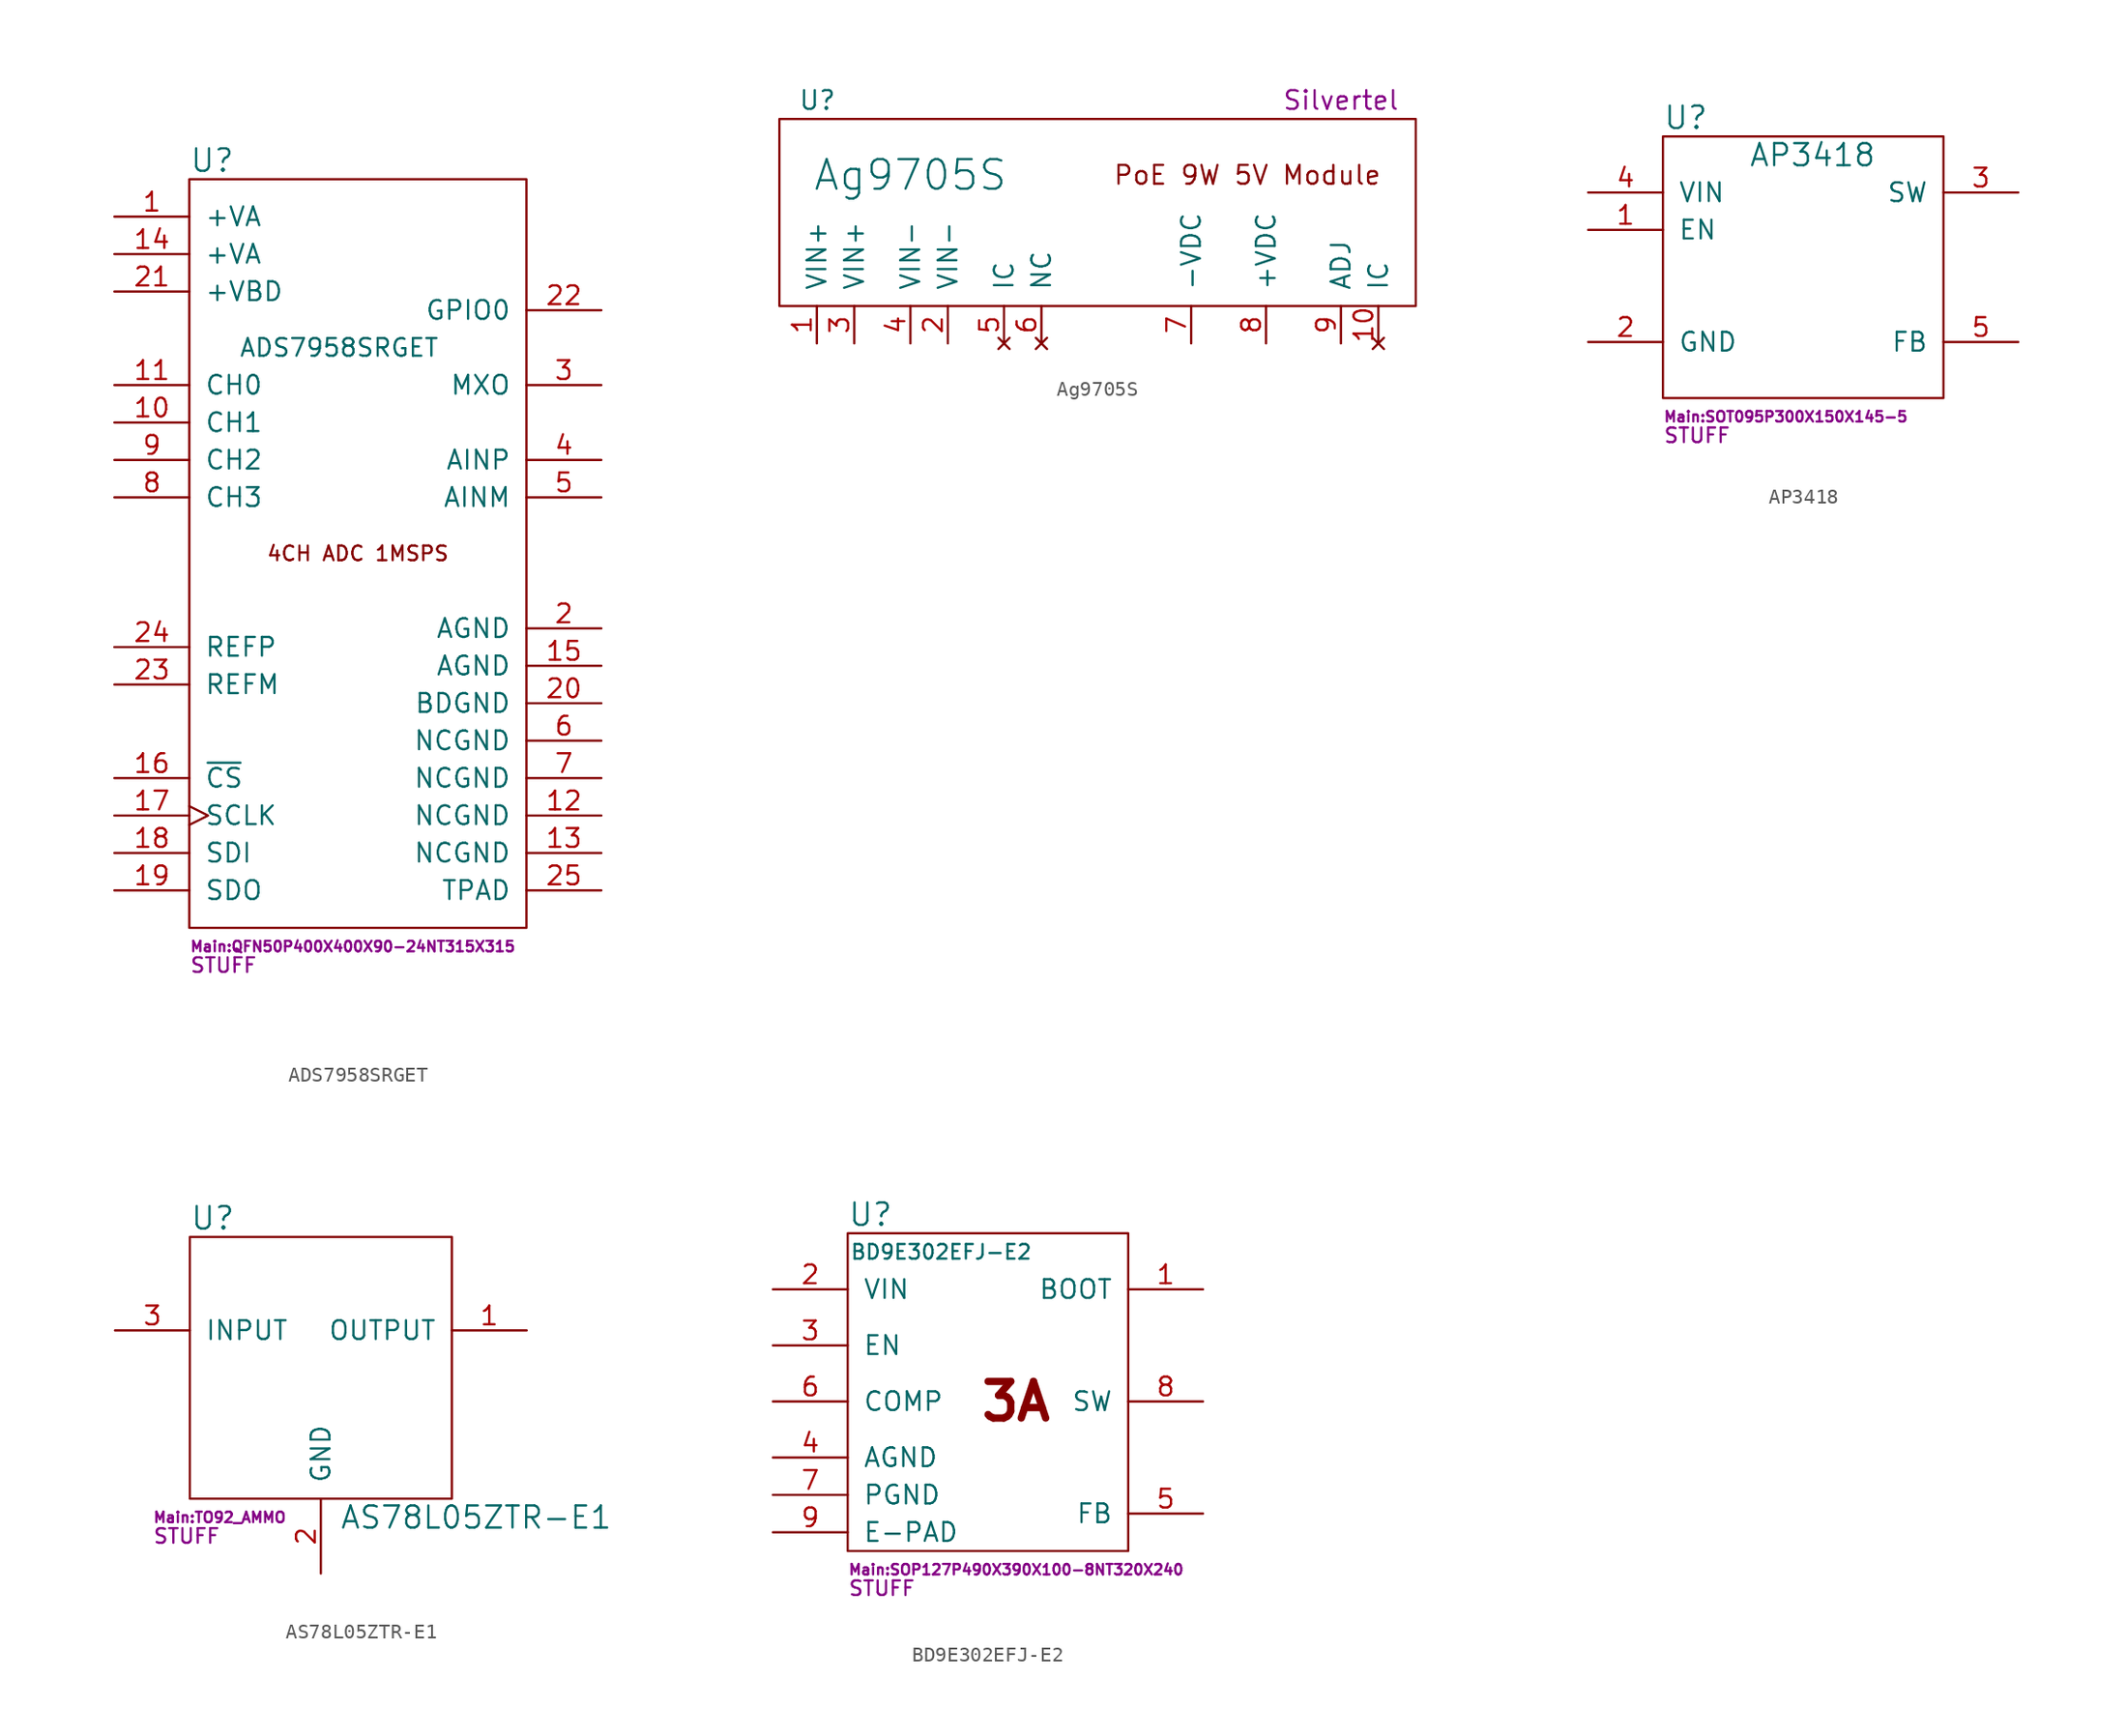
<source format=kicad_sym>
(kicad_symbol_lib
  (version 20231120)
  (generator "kicad_symbol_editor")
  (generator_version "8.0")
  (symbol "ADS7958SRGET"
    (pin_names
      (offset 1.016))
    (property "Reference" "U"
      (at -11.43 26.67 0)
      (effects (font (size 1.524 1.524)) (justify left)))
    (property "Value" "ADS7958SRGET"
      (at -1.27 13.97 0)
      (effects (font (size 1.194 1.194))))
    (property "Footprint" "Main:QFN50P400X400X90-24NT315X315"
      (at -11.43 -26.67 0)
      (effects (font (size 0.711 0.711)) (justify left)))
    (property "Datasheet" ""
      (at -5.08 11.43 0)
      (effects (font (size 1.524 1.524))))
    (property "SKU" "STUFF"
      (at -11.43 -27.94 0)
      (effects (font (size 0.991 0.991)) (justify left)))
    (symbol "ADS7958SRGET_0_0"
      (text "4CH ADC 1MSPS" (at 0 0 0) (effects (font (size 0.991 0.991)))))
    (symbol "ADS7958SRGET_0_1"
      (rectangle (start 11.43 25.4) (end -11.43 -25.4) (stroke (width 0) (type default)) (fill (type none))))
    (symbol "ADS7958SRGET_1_1"
      (pin power_in line (at -16.51 22.86 0) (length 5.08) (name "+VA" (effects (font (size 1.27 1.27)))) (number "1" (effects (font (size 1.27 1.27)))))
      (pin input line (at -16.51 8.89 0) (length 5.08) (name "CH1" (effects (font (size 1.27 1.27)))) (number "10" (effects (font (size 1.27 1.27)))))
      (pin input line (at -16.51 11.43 0) (length 5.08) (name "CH0" (effects (font (size 1.27 1.27)))) (number "11" (effects (font (size 1.27 1.27)))))
      (pin power_in line (at 16.51 -17.78 180) (length 5.08) (name "NCGND" (effects (font (size 1.27 1.27)))) (number "12" (effects (font (size 1.27 1.27)))))
      (pin power_in line (at 16.51 -20.32 180) (length 5.08) (name "NCGND" (effects (font (size 1.27 1.27)))) (number "13" (effects (font (size 1.27 1.27)))))
      (pin power_in line (at -16.51 20.32 0) (length 5.08) (name "+VA" (effects (font (size 1.27 1.27)))) (number "14" (effects (font (size 1.27 1.27)))))
      (pin power_in line (at 16.51 -7.62 180) (length 5.08) (name "AGND" (effects (font (size 1.27 1.27)))) (number "15" (effects (font (size 1.27 1.27)))))
      (pin input line (at -16.51 -15.24 0) (length 5.08) (name "~{CS}" (effects (font (size 1.27 1.27)))) (number "16" (effects (font (size 1.27 1.27)))))
      (pin input clock (at -16.51 -17.78 0) (length 5.08) (name "SCLK" (effects (font (size 1.27 1.27)))) (number "17" (effects (font (size 1.27 1.27)))))
      (pin input line (at -16.51 -20.32 0) (length 5.08) (name "SDI" (effects (font (size 1.27 1.27)))) (number "18" (effects (font (size 1.27 1.27)))))
      (pin output line (at -16.51 -22.86 0) (length 5.08) (name "SDO" (effects (font (size 1.27 1.27)))) (number "19" (effects (font (size 1.27 1.27)))))
      (pin power_in line (at 16.51 -5.08 180) (length 5.08) (name "AGND" (effects (font (size 1.27 1.27)))) (number "2" (effects (font (size 1.27 1.27)))))
      (pin power_in line (at 16.51 -10.16 180) (length 5.08) (name "BDGND" (effects (font (size 1.27 1.27)))) (number "20" (effects (font (size 1.27 1.27)))))
      (pin power_in line (at -16.51 17.78 0) (length 5.08) (name "+VBD" (effects (font (size 1.27 1.27)))) (number "21" (effects (font (size 1.27 1.27)))))
      (pin bidirectional line (at 16.51 16.51 180) (length 5.08) (name "GPIO0" (effects (font (size 1.27 1.27)))) (number "22" (effects (font (size 1.27 1.27)))))
      (pin bidirectional line (at -16.51 -8.89 0) (length 5.08) (name "REFM" (effects (font (size 1.27 1.27)))) (number "23" (effects (font (size 1.27 1.27)))))
      (pin bidirectional line (at -16.51 -6.35 0) (length 5.08) (name "REFP" (effects (font (size 1.27 1.27)))) (number "24" (effects (font (size 1.27 1.27)))))
      (pin power_in line (at 16.51 -22.86 180) (length 5.08) (name "TPAD" (effects (font (size 1.27 1.27)))) (number "25" (effects (font (size 1.27 1.27)))))
      (pin output line (at 16.51 11.43 180) (length 5.08) (name "MXO" (effects (font (size 1.27 1.27)))) (number "3" (effects (font (size 1.27 1.27)))))
      (pin input line (at 16.51 6.35 180) (length 5.08) (name "AINP" (effects (font (size 1.27 1.27)))) (number "4" (effects (font (size 1.27 1.27)))))
      (pin input line (at 16.51 3.81 180) (length 5.08) (name "AINM" (effects (font (size 1.27 1.27)))) (number "5" (effects (font (size 1.27 1.27)))))
      (pin power_in line (at 16.51 -12.7 180) (length 5.08) (name "NCGND" (effects (font (size 1.27 1.27)))) (number "6" (effects (font (size 1.27 1.27)))))
      (pin power_in line (at 16.51 -15.24 180) (length 5.08) (name "NCGND" (effects (font (size 1.27 1.27)))) (number "7" (effects (font (size 1.27 1.27)))))
      (pin input line (at -16.51 3.81 0) (length 5.08) (name "CH3" (effects (font (size 1.27 1.27)))) (number "8" (effects (font (size 1.27 1.27)))))
      (pin input line (at -16.51 6.35 0) (length 5.08) (name "CH2" (effects (font (size 1.27 1.27)))) (number "9" (effects (font (size 1.27 1.27)))))))
  (symbol "Ag9705S"
    (pin_names
      (offset 1.016))
    (property "Reference" "U"
      (at -21.59 7.62 0)
      (effects (font (size 1.27 1.27)) (justify left)))
    (property "Value" "Ag9705S"
      (at -13.97 2.54 0)
      (effects (font (size 2.007 2.007))))
    (property "Manufacturer" "Silvertel"
      (at 15.24 7.62 0)
      (effects (font (size 1.27 1.27))))
    (symbol "Ag9705S_0_0"
      (text "PoE 9W 5V Module" (at 8.89 2.54 0) (effects (font (size 1.27 1.27)))))
    (symbol "Ag9705S_0_1"
      (rectangle (start -22.86 -6.35) (end 20.32 6.35) (stroke (width 0) (type default)) (fill (type none))))
    (symbol "Ag9705S_1_1"
      (pin power_in line (at -20.32 -8.89 90) (length 2.54) (name "VIN+" (effects (font (size 1.27 1.27)))) (number "1" (effects (font (size 1.27 1.27)))))
      (pin no_connect line (at 17.78 -8.89 90) (length 2.54) (name "IC" (effects (font (size 1.27 1.27)))) (number "10" (effects (font (size 1.27 1.27)))))
      (pin power_in line (at -11.43 -8.89 90) (length 2.54) (name "VIN-" (effects (font (size 1.27 1.27)))) (number "2" (effects (font (size 1.27 1.27)))))
      (pin power_in line (at -17.78 -8.89 90) (length 2.54) (name "VIN+" (effects (font (size 1.27 1.27)))) (number "3" (effects (font (size 1.27 1.27)))))
      (pin power_in line (at -13.97 -8.89 90) (length 2.54) (name "VIN-" (effects (font (size 1.27 1.27)))) (number "4" (effects (font (size 1.27 1.27)))))
      (pin no_connect line (at -7.62 -8.89 90) (length 2.54) (name "IC" (effects (font (size 1.27 1.27)))) (number "5" (effects (font (size 1.27 1.27)))))
      (pin no_connect line (at -5.08 -8.89 90) (length 2.54) (name "NC" (effects (font (size 1.27 1.27)))) (number "6" (effects (font (size 1.27 1.27)))))
      (pin power_out line (at 5.08 -8.89 90) (length 2.54) (name "-VDC" (effects (font (size 1.27 1.27)))) (number "7" (effects (font (size 1.27 1.27)))))
      (pin power_out line (at 10.16 -8.89 90) (length 2.54) (name "+VDC" (effects (font (size 1.27 1.27)))) (number "8" (effects (font (size 1.27 1.27)))))
      (pin bidirectional line (at 15.24 -8.89 90) (length 2.54) (name "ADJ" (effects (font (size 1.27 1.27)))) (number "9" (effects (font (size 1.27 1.27)))))))
  (symbol "AP3418"
    (pin_names
      (offset 1.016))
    (property "Reference" "U"
      (at -10.16 10.16 0)
      (effects (font (size 1.524 1.524)) (justify left)))
    (property "Value" "AP3418"
      (at 0 7.62 0)
      (effects (font (size 1.499 1.499))))
    (property "Footprint" "Main:SOT095P300X150X145-5"
      (at -10.16 -10.16 0)
      (effects (font (size 0.711 0.711)) (justify left)))
    (property "Datasheet" ""
      (at -5.08 11.43 0)
      (effects (font (size 1.524 1.524))))
    (property "SKU" "STUFF"
      (at -10.16 -11.43 0)
      (effects (font (size 0.991 0.991)) (justify left)))
    (symbol "AP3418_0_1"
      (rectangle (start 8.89 8.89) (end -10.16 -8.89) (stroke (width 0) (type default)) (fill (type none))))
    (symbol "AP3418_1_1"
      (pin input line (at -15.24 2.54 0) (length 5.08) (name "EN" (effects (font (size 1.27 1.27)))) (number "1" (effects (font (size 1.27 1.27)))))
      (pin power_in line (at -15.24 -5.08 0) (length 5.08) (name "GND" (effects (font (size 1.27 1.27)))) (number "2" (effects (font (size 1.27 1.27)))))
      (pin bidirectional line (at 13.97 5.08 180) (length 5.08) (name "SW" (effects (font (size 1.27 1.27)))) (number "3" (effects (font (size 1.27 1.27)))))
      (pin power_in line (at -15.24 5.08 0) (length 5.08) (name "VIN" (effects (font (size 1.27 1.27)))) (number "4" (effects (font (size 1.27 1.27)))))
      (pin input line (at 13.97 -5.08 180) (length 5.08) (name "FB" (effects (font (size 1.27 1.27)))) (number "5" (effects (font (size 1.27 1.27)))))))
  (symbol "AS78L05ZTR-E1"
    (pin_names
      (offset 1.016))
    (property "Reference" "U"
      (at -8.89 10.16 0)
      (effects (font (size 1.524 1.524)) (justify left)))
    (property "Value" "AS78L05ZTR-E1"
      (at 1.27 -10.16 0)
      (effects (font (size 1.499 1.499)) (justify left)))
    (property "Footprint" "Main:TO92_AMMO"
      (at -11.43 -10.16 0)
      (effects (font (size 0.711 0.711)) (justify left)))
    (property "Datasheet" ""
      (at -5.08 11.43 0)
      (effects (font (size 1.524 1.524))))
    (property "SKU" "STUFF"
      (at -11.43 -11.43 0)
      (effects (font (size 0.991 0.991)) (justify left)))
    (symbol "AS78L05ZTR-E1_0_1"
      (rectangle (start 8.89 8.89) (end -8.89 -8.89) (stroke (width 0) (type default)) (fill (type none))))
    (symbol "AS78L05ZTR-E1_1_1"
      (pin power_out line (at 13.97 2.54 180) (length 5.08) (name "OUTPUT" (effects (font (size 1.27 1.27)))) (number "1" (effects (font (size 1.27 1.27)))))
      (pin power_in line (at 0 -13.97 90) (length 5.08) (name "GND" (effects (font (size 1.27 1.27)))) (number "2" (effects (font (size 1.27 1.27)))))
      (pin power_in line (at -13.97 2.54 0) (length 5.08) (name "INPUT" (effects (font (size 1.27 1.27)))) (number "3" (effects (font (size 1.27 1.27)))))))
  (symbol "BD9E302EFJ-E2"
    (pin_names
      (offset 1.016))
    (property "Reference" "U"
      (at -10.16 12.7 0)
      (effects (font (size 1.524 1.524)) (justify left)))
    (property "Value" "BD9E302EFJ-E2"
      (at -3.81 10.16 0)
      (effects (font (size 0.991 0.991))))
    (property "Footprint" "Main:SOP127P490X390X100-8NT320X240"
      (at -10.16 -11.43 0)
      (effects (font (size 0.711 0.711)) (justify left)))
    (property "Datasheet" ""
      (at -5.08 11.43 0)
      (effects (font (size 1.524 1.524))))
    (property "SKU" "STUFF"
      (at -10.16 -12.7 0)
      (effects (font (size 0.991 0.991)) (justify left)))
    (symbol "BD9E302EFJ-E2_0_0"
      (text "3A" (at 1.27 0 0) (effects (font (size 2.489 2.489) (bold yes)))))
    (symbol "BD9E302EFJ-E2_0_1"
      (rectangle (start 8.89 11.43) (end -10.16 -10.16) (stroke (width 0) (type default)) (fill (type none))))
    (symbol "BD9E302EFJ-E2_1_1"
      (pin bidirectional line (at 13.97 7.62 180) (length 5.08) (name "BOOT" (effects (font (size 1.27 1.27)))) (number "1" (effects (font (size 1.27 1.27)))))
      (pin power_in line (at -15.24 7.62 0) (length 5.08) (name "VIN" (effects (font (size 1.27 1.27)))) (number "2" (effects (font (size 1.27 1.27)))))
      (pin input line (at -15.24 3.81 0) (length 5.08) (name "EN" (effects (font (size 1.27 1.27)))) (number "3" (effects (font (size 1.27 1.27)))))
      (pin power_in line (at -15.24 -3.81 0) (length 5.08) (name "AGND" (effects (font (size 1.27 1.27)))) (number "4" (effects (font (size 1.27 1.27)))))
      (pin input line (at 13.97 -7.62 180) (length 5.08) (name "FB" (effects (font (size 1.27 1.27)))) (number "5" (effects (font (size 1.27 1.27)))))
      (pin input line (at -15.24 0 0) (length 5.08) (name "COMP" (effects (font (size 1.27 1.27)))) (number "6" (effects (font (size 1.27 1.27)))))
      (pin power_in line (at -15.24 -6.35 0) (length 5.08) (name "PGND" (effects (font (size 1.27 1.27)))) (number "7" (effects (font (size 1.27 1.27)))))
      (pin bidirectional line (at 13.97 0 180) (length 5.08) (name "SW" (effects (font (size 1.27 1.27)))) (number "8" (effects (font (size 1.27 1.27)))))
      (pin power_in line (at -15.24 -8.89 0) (length 5.08) (name "E-PAD" (effects (font (size 1.27 1.27)))) (number "9" (effects (font (size 1.27 1.27))))))))
</source>
